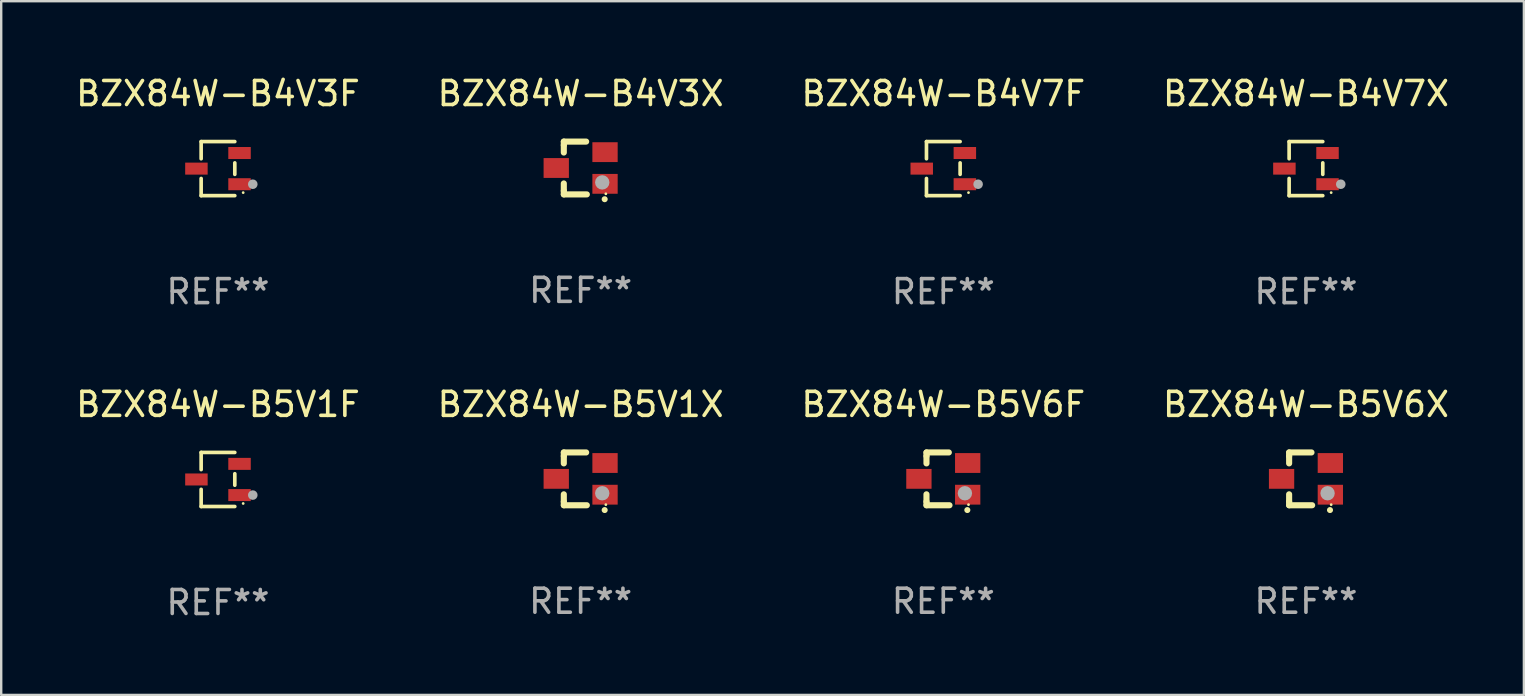
<source format=kicad_pcb>
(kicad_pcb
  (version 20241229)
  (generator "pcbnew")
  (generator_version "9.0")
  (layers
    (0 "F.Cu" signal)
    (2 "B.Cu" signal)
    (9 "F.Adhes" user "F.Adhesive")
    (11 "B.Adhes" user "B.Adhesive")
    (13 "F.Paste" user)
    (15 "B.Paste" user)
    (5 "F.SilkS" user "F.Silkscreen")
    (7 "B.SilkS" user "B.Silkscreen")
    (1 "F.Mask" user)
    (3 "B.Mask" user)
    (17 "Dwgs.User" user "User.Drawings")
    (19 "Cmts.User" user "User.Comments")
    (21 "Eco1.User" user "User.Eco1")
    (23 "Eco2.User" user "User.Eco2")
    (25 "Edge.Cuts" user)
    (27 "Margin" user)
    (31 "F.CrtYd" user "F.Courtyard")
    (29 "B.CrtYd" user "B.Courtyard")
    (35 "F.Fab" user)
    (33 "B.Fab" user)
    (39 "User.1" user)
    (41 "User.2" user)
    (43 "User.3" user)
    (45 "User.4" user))
  (footprint "BZX84W-B4V7X"
    (layer "F.Cu")
    (at 51.351 3.974)
    (property "Reference" "BZX84W-B4V7X" (at 0 -3.126 0) (layer "F.SilkS") (effects (font (size 1 1) (thickness 0.15))))
    (attr through_hole)
    (fp_line (start -0.701 -1.126) (end -0.701 -0.411) (stroke (width 0.152) (type solid)) (layer "F.SilkS"))
    (fp_line (start -0.701 1.126) (end -0.701 0.411) (stroke (width 0.152) (type solid)) (layer "F.SilkS"))
    (fp_line (start 0.701 -1.126) (end -0.701 -1.126) (stroke (width 0.152) (type solid)) (layer "F.SilkS"))
    (fp_line (start 0.701 -0.239) (end 0.701 0.239) (stroke (width 0.152) (type solid)) (layer "F.SilkS"))
    (fp_line (start 0.701 1.126) (end -0.701 1.126) (stroke (width 0.152) (type solid)) (layer "F.SilkS"))
    (fp_circle (center 1.05 1) (end 1.08 1) (stroke (width 0.06) (type solid)) (fill no) (layer "F.SilkS"))
    (fp_circle (center 1.45 0.65) (end 1.55 0.65) (stroke (width 0.2) (type solid)) (fill no) (layer "F.Fab"))
    (fp_text user "REF**" (at 0 5.126 0) (layer "F.Fab") (effects (font (size 1 1) (thickness 0.15))))
    (pad "1" smd rect (at 0.898 0.65) (size 0.936 0.5) (layers "F.Cu" "F.Mask" "F.Paste"))
    (pad "2" smd rect (at 0.898 -0.65) (size 0.936 0.5) (layers "F.Cu" "F.Mask" "F.Paste"))
    (pad "3" smd rect (at -0.898 0) (size 0.936 0.5) (layers "F.Cu" "F.Mask" "F.Paste")))
  (footprint "BZX84W-B4V3X"
    (layer "F.Cu")
    (at 21.137 3.948)
    (property "Reference" "BZX84W-B4V3X" (at 0 -3.1 0) (layer "F.SilkS") (effects (font (size 1 1) (thickness 0.15))))
    (attr through_hole)
    (fp_line (start -0.701 -0.95) (end -0.701 -1.1) (stroke (width 0.254) (type solid)) (layer "F.SilkS"))
    (fp_line (start -0.701 -0.644) (end -0.701 -0.95) (stroke (width 0.254) (type solid)) (layer "F.SilkS"))
    (fp_line (start -0.701 0.95) (end -0.701 0.644) (stroke (width 0.254) (type solid)) (layer "F.SilkS"))
    (fp_line (start -0.701 0.95) (end -0.701 1.1) (stroke (width 0.254) (type solid)) (layer "F.SilkS"))
    (fp_line (start -0.7 -1.1) (end 0.23 -1.1) (stroke (width 0.254) (type solid)) (layer "F.SilkS"))
    (fp_line (start -0.7 1.1) (end 0.258 1.1) (stroke (width 0.254) (type solid)) (layer "F.SilkS"))
    (fp_arc (start 1 1.3) (mid 1.00127 1.299994) (end 1.00254 1.3) (stroke (width 0.24892) (type solid)) (layer "F.SilkS"))
    (fp_circle (center 1.05 1.075) (end 1.08 1.075) (stroke (width 0.06) (type solid)) (fill no) (layer "F.SilkS"))
    (fp_circle (center 0.9 0.6) (end 1.05 0.6) (stroke (width 0.3) (type solid)) (fill no) (layer "F.Fab"))
    (fp_text user "REF**" (at 0 5.1 0) (layer "F.Fab") (effects (font (size 1 1) (thickness 0.15))))
    (pad "1" smd rect (at 1.016 0.66) (size 1.054 0.826) (layers "F.Cu" "F.Mask" "F.Paste"))
    (pad "2" smd rect (at 1.016 -0.66) (size 1.054 0.826) (layers "F.Cu" "F.Mask" "F.Paste"))
    (pad "3" smd rect (at -1.016 0) (size 1.054 0.826) (layers "F.Cu" "F.Mask" "F.Paste")))
  (footprint "BZX84W-B5V1F"
    (layer "F.Cu")
    (at 6.03 16.923)
    (property "Reference" "BZX84W-B5V1F" (at 0 -3.126 0) (layer "F.SilkS") (effects (font (size 1 1) (thickness 0.15))))
    (attr through_hole)
    (fp_line (start -0.701 -1.126) (end -0.701 -0.411) (stroke (width 0.152) (type solid)) (layer "F.SilkS"))
    (fp_line (start -0.701 1.126) (end -0.701 0.411) (stroke (width 0.152) (type solid)) (layer "F.SilkS"))
    (fp_line (start 0.701 -1.126) (end -0.701 -1.126) (stroke (width 0.152) (type solid)) (layer "F.SilkS"))
    (fp_line (start 0.701 -0.239) (end 0.701 0.239) (stroke (width 0.152) (type solid)) (layer "F.SilkS"))
    (fp_line (start 0.701 1.126) (end -0.701 1.126) (stroke (width 0.152) (type solid)) (layer "F.SilkS"))
    (fp_circle (center 1.05 1) (end 1.08 1) (stroke (width 0.06) (type solid)) (fill no) (layer "F.SilkS"))
    (fp_circle (center 1.45 0.65) (end 1.55 0.65) (stroke (width 0.2) (type solid)) (fill no) (layer "F.Fab"))
    (fp_text user "REF**" (at 0 5.126 0) (layer "F.Fab") (effects (font (size 1 1) (thickness 0.15))))
    (pad "1" smd rect (at 0.898 0.65) (size 0.936 0.5) (layers "F.Cu" "F.Mask" "F.Paste"))
    (pad "2" smd rect (at 0.898 -0.65) (size 0.936 0.5) (layers "F.Cu" "F.Mask" "F.Paste"))
    (pad "3" smd rect (at -0.898 0) (size 0.936 0.5) (layers "F.Cu" "F.Mask" "F.Paste")))
  (footprint "BZX84W-B5V6X"
    (layer "F.Cu")
    (at 51.351 16.897)
    (property "Reference" "BZX84W-B5V6X" (at 0 -3.1 0) (layer "F.SilkS") (effects (font (size 1 1) (thickness 0.15))))
    (attr through_hole)
    (fp_line (start -0.701 -0.95) (end -0.701 -1.1) (stroke (width 0.254) (type solid)) (layer "F.SilkS"))
    (fp_line (start -0.701 -0.644) (end -0.701 -0.95) (stroke (width 0.254) (type solid)) (layer "F.SilkS"))
    (fp_line (start -0.701 0.95) (end -0.701 0.644) (stroke (width 0.254) (type solid)) (layer "F.SilkS"))
    (fp_line (start -0.701 0.95) (end -0.701 1.1) (stroke (width 0.254) (type solid)) (layer "F.SilkS"))
    (fp_line (start -0.7 -1.1) (end 0.23 -1.1) (stroke (width 0.254) (type solid)) (layer "F.SilkS"))
    (fp_line (start -0.7 1.1) (end 0.258 1.1) (stroke (width 0.254) (type solid)) (layer "F.SilkS"))
    (fp_arc (start 1 1.3) (mid 1.00127 1.299994) (end 1.00254 1.3) (stroke (width 0.24892) (type solid)) (layer "F.SilkS"))
    (fp_circle (center 1.05 1.075) (end 1.08 1.075) (stroke (width 0.06) (type solid)) (fill no) (layer "F.SilkS"))
    (fp_circle (center 0.9 0.6) (end 1.05 0.6) (stroke (width 0.3) (type solid)) (fill no) (layer "F.Fab"))
    (fp_text user "REF**" (at 0 5.1 0) (layer "F.Fab") (effects (font (size 1 1) (thickness 0.15))))
    (pad "1" smd rect (at 1.016 0.66) (size 1.054 0.826) (layers "F.Cu" "F.Mask" "F.Paste"))
    (pad "2" smd rect (at 1.016 -0.66) (size 1.054 0.826) (layers "F.Cu" "F.Mask" "F.Paste"))
    (pad "3" smd rect (at -1.016 0) (size 1.054 0.826) (layers "F.Cu" "F.Mask" "F.Paste")))
  (footprint "BZX84W-B5V1X"
    (layer "F.Cu")
    (at 21.137 16.897)
    (property "Reference" "BZX84W-B5V1X" (at 0 -3.1 0) (layer "F.SilkS") (effects (font (size 1 1) (thickness 0.15))))
    (attr through_hole)
    (fp_line (start -0.701 -0.95) (end -0.701 -1.1) (stroke (width 0.254) (type solid)) (layer "F.SilkS"))
    (fp_line (start -0.701 -0.644) (end -0.701 -0.95) (stroke (width 0.254) (type solid)) (layer "F.SilkS"))
    (fp_line (start -0.701 0.95) (end -0.701 0.644) (stroke (width 0.254) (type solid)) (layer "F.SilkS"))
    (fp_line (start -0.701 0.95) (end -0.701 1.1) (stroke (width 0.254) (type solid)) (layer "F.SilkS"))
    (fp_line (start -0.7 -1.1) (end 0.23 -1.1) (stroke (width 0.254) (type solid)) (layer "F.SilkS"))
    (fp_line (start -0.7 1.1) (end 0.258 1.1) (stroke (width 0.254) (type solid)) (layer "F.SilkS"))
    (fp_arc (start 1 1.3) (mid 1.00127 1.299994) (end 1.00254 1.3) (stroke (width 0.24892) (type solid)) (layer "F.SilkS"))
    (fp_circle (center 1.05 1.075) (end 1.08 1.075) (stroke (width 0.06) (type solid)) (fill no) (layer "F.SilkS"))
    (fp_circle (center 0.9 0.6) (end 1.05 0.6) (stroke (width 0.3) (type solid)) (fill no) (layer "F.Fab"))
    (fp_text user "REF**" (at 0 5.1 0) (layer "F.Fab") (effects (font (size 1 1) (thickness 0.15))))
    (pad "1" smd rect (at 1.016 0.66) (size 1.054 0.826) (layers "F.Cu" "F.Mask" "F.Paste"))
    (pad "2" smd rect (at 1.016 -0.66) (size 1.054 0.826) (layers "F.Cu" "F.Mask" "F.Paste"))
    (pad "3" smd rect (at -1.016 0) (size 1.054 0.826) (layers "F.Cu" "F.Mask" "F.Paste")))
  (footprint "BZX84W-B5V6F"
    (layer "F.Cu")
    (at 36.244 16.897)
    (property "Reference" "BZX84W-B5V6F" (at 0 -3.1 0) (layer "F.SilkS") (effects (font (size 1 1) (thickness 0.15))))
    (attr through_hole)
    (fp_line (start -0.701 -0.95) (end -0.701 -1.1) (stroke (width 0.254) (type solid)) (layer "F.SilkS"))
    (fp_line (start -0.701 -0.644) (end -0.701 -0.95) (stroke (width 0.254) (type solid)) (layer "F.SilkS"))
    (fp_line (start -0.701 0.95) (end -0.701 0.644) (stroke (width 0.254) (type solid)) (layer "F.SilkS"))
    (fp_line (start -0.701 0.95) (end -0.701 1.1) (stroke (width 0.254) (type solid)) (layer "F.SilkS"))
    (fp_line (start -0.7 -1.1) (end 0.23 -1.1) (stroke (width 0.254) (type solid)) (layer "F.SilkS"))
    (fp_line (start -0.7 1.1) (end 0.258 1.1) (stroke (width 0.254) (type solid)) (layer "F.SilkS"))
    (fp_arc (start 1 1.3) (mid 1.00127 1.299994) (end 1.00254 1.3) (stroke (width 0.24892) (type solid)) (layer "F.SilkS"))
    (fp_circle (center 1.05 1.075) (end 1.08 1.075) (stroke (width 0.06) (type solid)) (fill no) (layer "F.SilkS"))
    (fp_circle (center 0.9 0.6) (end 1.05 0.6) (stroke (width 0.3) (type solid)) (fill no) (layer "F.Fab"))
    (fp_text user "REF**" (at 0 5.1 0) (layer "F.Fab") (effects (font (size 1 1) (thickness 0.15))))
    (pad "1" smd rect (at 1.016 0.66) (size 1.054 0.826) (layers "F.Cu" "F.Mask" "F.Paste"))
    (pad "2" smd rect (at 1.016 -0.66) (size 1.054 0.826) (layers "F.Cu" "F.Mask" "F.Paste"))
    (pad "3" smd rect (at -1.016 0) (size 1.054 0.826) (layers "F.Cu" "F.Mask" "F.Paste")))
  (footprint "BZX84W-B4V3F"
    (layer "F.Cu")
    (at 6.03 3.974)
    (property "Reference" "BZX84W-B4V3F" (at 0 -3.126 0) (layer "F.SilkS") (effects (font (size 1 1) (thickness 0.15))))
    (attr through_hole)
    (fp_line (start -0.701 -1.126) (end -0.701 -0.411) (stroke (width 0.152) (type solid)) (layer "F.SilkS"))
    (fp_line (start -0.701 1.126) (end -0.701 0.411) (stroke (width 0.152) (type solid)) (layer "F.SilkS"))
    (fp_line (start 0.701 -1.126) (end -0.701 -1.126) (stroke (width 0.152) (type solid)) (layer "F.SilkS"))
    (fp_line (start 0.701 -0.239) (end 0.701 0.239) (stroke (width 0.152) (type solid)) (layer "F.SilkS"))
    (fp_line (start 0.701 1.126) (end -0.701 1.126) (stroke (width 0.152) (type solid)) (layer "F.SilkS"))
    (fp_circle (center 1.05 1) (end 1.08 1) (stroke (width 0.06) (type solid)) (fill no) (layer "F.SilkS"))
    (fp_circle (center 1.45 0.65) (end 1.55 0.65) (stroke (width 0.2) (type solid)) (fill no) (layer "F.Fab"))
    (fp_text user "REF**" (at 0 5.126 0) (layer "F.Fab") (effects (font (size 1 1) (thickness 0.15))))
    (pad "1" smd rect (at 0.898 0.65) (size 0.936 0.5) (layers "F.Cu" "F.Mask" "F.Paste"))
    (pad "2" smd rect (at 0.898 -0.65) (size 0.936 0.5) (layers "F.Cu" "F.Mask" "F.Paste"))
    (pad "3" smd rect (at -0.898 0) (size 0.936 0.5) (layers "F.Cu" "F.Mask" "F.Paste")))
  (footprint "BZX84W-B4V7F"
    (layer "F.Cu")
    (at 36.244 3.974)
    (property "Reference" "BZX84W-B4V7F" (at 0 -3.126 0) (layer "F.SilkS") (effects (font (size 1 1) (thickness 0.15))))
    (attr through_hole)
    (fp_line (start -0.701 -1.126) (end -0.701 -0.411) (stroke (width 0.152) (type solid)) (layer "F.SilkS"))
    (fp_line (start -0.701 1.126) (end -0.701 0.411) (stroke (width 0.152) (type solid)) (layer "F.SilkS"))
    (fp_line (start 0.701 -1.126) (end -0.701 -1.126) (stroke (width 0.152) (type solid)) (layer "F.SilkS"))
    (fp_line (start 0.701 -0.239) (end 0.701 0.239) (stroke (width 0.152) (type solid)) (layer "F.SilkS"))
    (fp_line (start 0.701 1.126) (end -0.701 1.126) (stroke (width 0.152) (type solid)) (layer "F.SilkS"))
    (fp_circle (center 1.05 1) (end 1.08 1) (stroke (width 0.06) (type solid)) (fill no) (layer "F.SilkS"))
    (fp_circle (center 1.45 0.65) (end 1.55 0.65) (stroke (width 0.2) (type solid)) (fill no) (layer "F.Fab"))
    (fp_text user "REF**" (at 0 5.126 0) (layer "F.Fab") (effects (font (size 1 1) (thickness 0.15))))
    (pad "1" smd rect (at 0.898 0.65) (size 0.936 0.5) (layers "F.Cu" "F.Mask" "F.Paste"))
    (pad "2" smd rect (at 0.898 -0.65) (size 0.936 0.5) (layers "F.Cu" "F.Mask" "F.Paste"))
    (pad "3" smd rect (at -0.898 0) (size 0.936 0.5) (layers "F.Cu" "F.Mask" "F.Paste")))
  (gr_rect
    (start -3 -3)
    (end 60.429 25.898)
    (stroke (width 0.1) (type default))
    (fill no)
    (layer "Edge.Cuts")))
</source>
